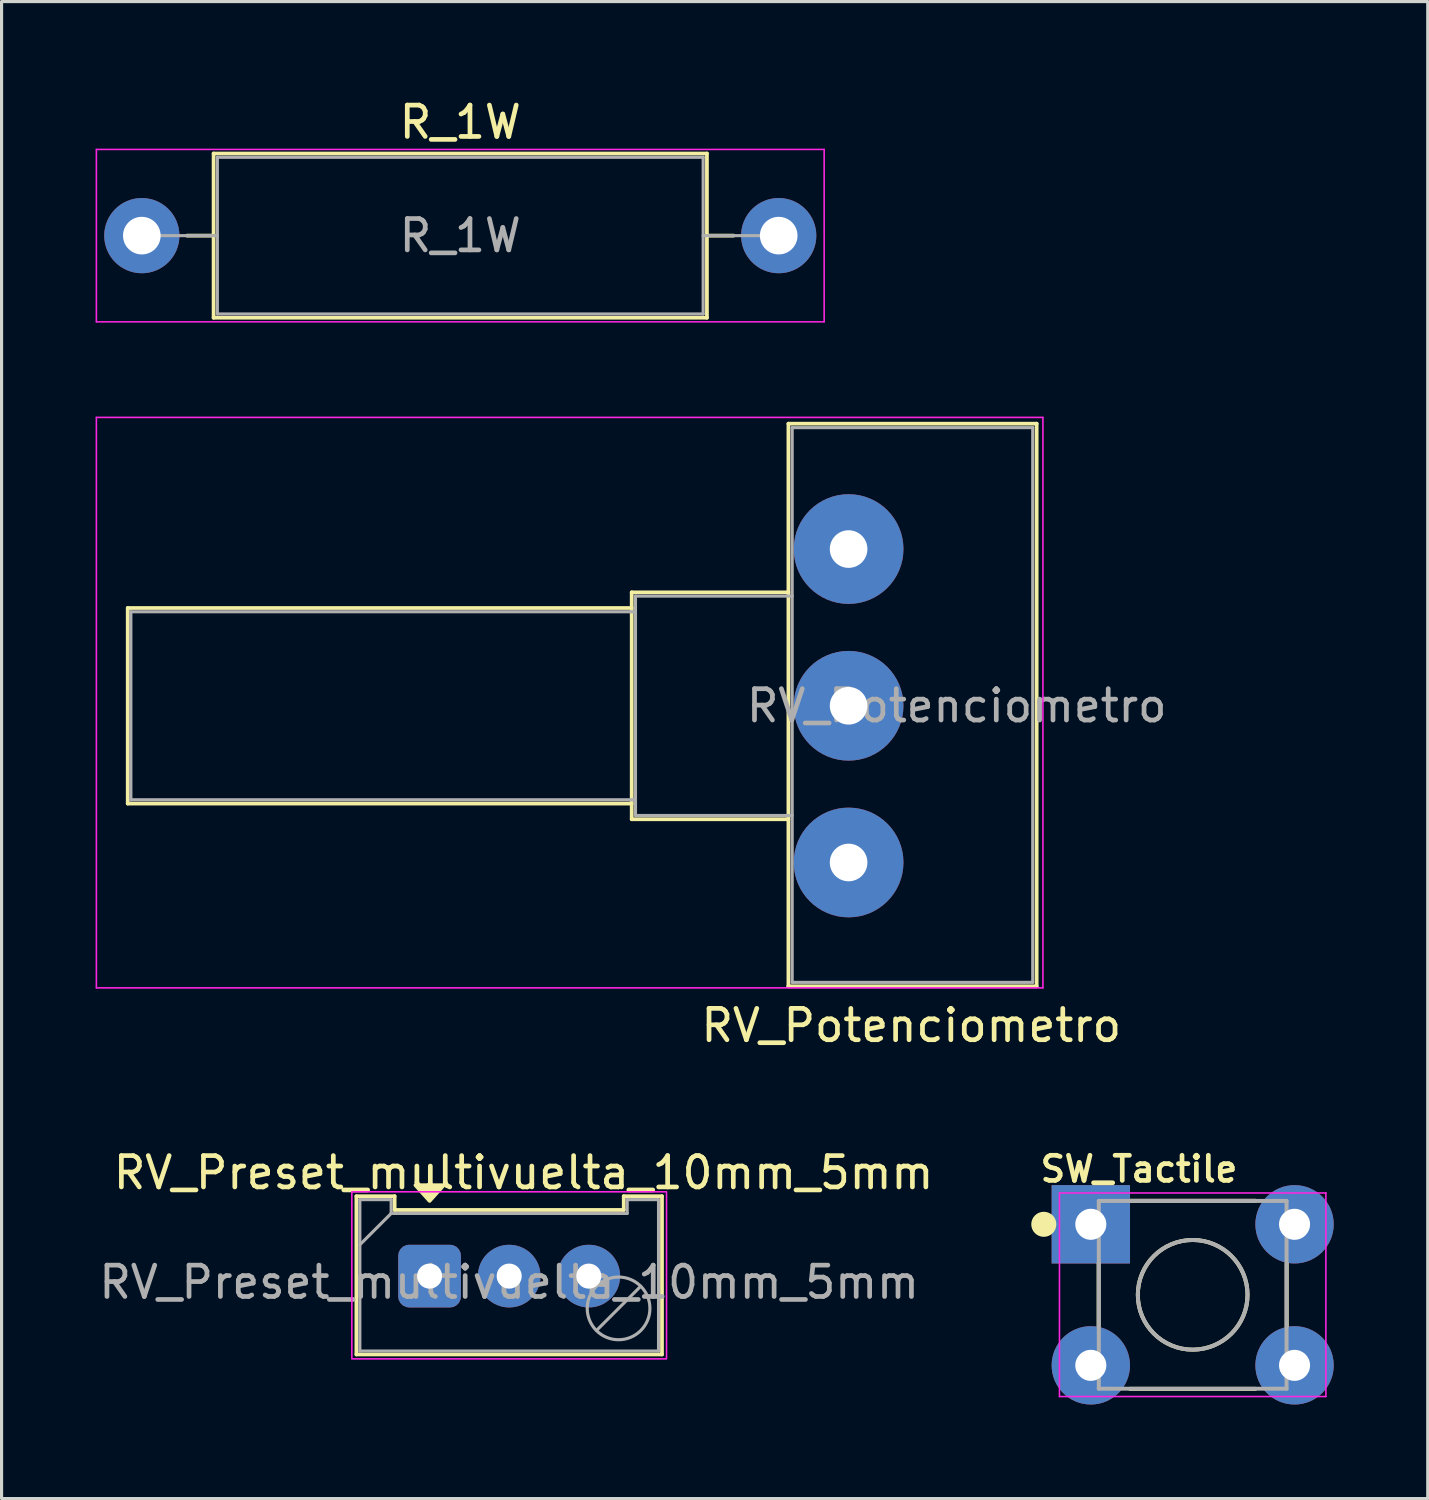
<source format=kicad_pcb>
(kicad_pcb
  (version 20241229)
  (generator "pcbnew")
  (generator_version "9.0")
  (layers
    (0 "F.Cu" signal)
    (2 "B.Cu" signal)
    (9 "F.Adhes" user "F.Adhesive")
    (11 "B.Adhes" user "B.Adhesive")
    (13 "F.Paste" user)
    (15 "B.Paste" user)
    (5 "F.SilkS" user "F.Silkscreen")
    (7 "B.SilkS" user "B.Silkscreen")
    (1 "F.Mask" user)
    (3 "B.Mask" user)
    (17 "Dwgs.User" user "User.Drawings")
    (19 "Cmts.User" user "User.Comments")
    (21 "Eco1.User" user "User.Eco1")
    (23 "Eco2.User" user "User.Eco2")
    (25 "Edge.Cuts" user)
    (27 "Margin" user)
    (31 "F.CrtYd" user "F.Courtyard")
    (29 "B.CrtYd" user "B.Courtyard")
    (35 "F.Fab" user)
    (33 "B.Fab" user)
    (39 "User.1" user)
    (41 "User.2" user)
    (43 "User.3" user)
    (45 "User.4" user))
  (footprint "R_1W"
    (layer "F.Cu")
    (at 1.475 4.468)
    (property "Reference" "R_1W" (at 10.16 -3.62 0) (layer "F.SilkS") (effects (font (size 1 1) (thickness 0.15))))
    (attr through_hole)
    (fp_line (start 1.44 0) (end 2.29 0) (stroke (width 0.12) (type solid)) (layer "F.SilkS"))
    (fp_line (start 2.29 -2.62) (end 2.29 2.62) (stroke (width 0.12) (type solid)) (layer "F.SilkS"))
    (fp_line (start 2.29 2.62) (end 18.03 2.62) (stroke (width 0.12) (type solid)) (layer "F.SilkS"))
    (fp_line (start 18.03 -2.62) (end 2.29 -2.62) (stroke (width 0.12) (type solid)) (layer "F.SilkS"))
    (fp_line (start 18.03 2.62) (end 18.03 -2.62) (stroke (width 0.12) (type solid)) (layer "F.SilkS"))
    (fp_line (start 18.88 0) (end 18.03 0) (stroke (width 0.12) (type solid)) (layer "F.SilkS"))
    (fp_line (start -1.45 -2.75) (end -1.45 2.75) (stroke (width 0.05) (type solid)) (layer "F.CrtYd"))
    (fp_line (start -1.45 2.75) (end 21.77 2.75) (stroke (width 0.05) (type solid)) (layer "F.CrtYd"))
    (fp_line (start 21.77 -2.75) (end -1.45 -2.75) (stroke (width 0.05) (type solid)) (layer "F.CrtYd"))
    (fp_line (start 21.77 2.75) (end 21.77 -2.75) (stroke (width 0.05) (type solid)) (layer "F.CrtYd"))
    (fp_line (start 0 0) (end 2.41 0) (stroke (width 0.1) (type solid)) (layer "F.Fab"))
    (fp_line (start 2.41 -2.5) (end 2.41 2.5) (stroke (width 0.1) (type solid)) (layer "F.Fab"))
    (fp_line (start 2.41 2.5) (end 17.91 2.5) (stroke (width 0.1) (type solid)) (layer "F.Fab"))
    (fp_line (start 17.91 -2.5) (end 2.41 -2.5) (stroke (width 0.1) (type solid)) (layer "F.Fab"))
    (fp_line (start 17.91 2.5) (end 17.91 -2.5) (stroke (width 0.1) (type solid)) (layer "F.Fab"))
    (fp_line (start 20.32 0) (end 17.91 0) (stroke (width 0.1) (type solid)) (layer "F.Fab"))
    (fp_text user "${REFERENCE}" (at 10.16 0 0) (layer "F.Fab") (effects (font (size 1 1) (thickness 0.15))))
    (pad "1" thru_hole circle (at 0 0) (size 2.4 2.4) (drill 1.2) (layers "*.Cu" "*.Mask"))
    (pad "2" thru_hole oval (at 20.32 0) (size 2.4 2.4) (drill 1.2) (layers "*.Cu" "*.Mask")))
  (footprint "RV_Potenciometro"
    (layer "F.Cu")
    (at 24.025 19.468)
    (property "Reference" "RV_Potenciometro" (at 2 10.2 180) (layer "F.SilkS") (effects (font (size 1 1) (thickness 0.15))))
    (attr through_hole)
    (fp_line (start -23 3.12) (end -23 -3.12) (stroke (width 0.12) (type solid)) (layer "F.SilkS"))
    (fp_line (start -6.92 -3.12) (end -23 -3.12) (stroke (width 0.12) (type solid)) (layer "F.SilkS"))
    (fp_line (start -6.92 3.12) (end -23 3.12) (stroke (width 0.12) (type solid)) (layer "F.SilkS"))
    (fp_line (start -6.92 3.62) (end -6.92 -3.62) (stroke (width 0.12) (type solid)) (layer "F.SilkS"))
    (fp_line (start -1.92 -3.62) (end -6.92 -3.62) (stroke (width 0.12) (type solid)) (layer "F.SilkS"))
    (fp_line (start -1.92 3.62) (end -6.92 3.62) (stroke (width 0.12) (type solid)) (layer "F.SilkS"))
    (fp_line (start -1.92 8.95) (end -1.92 -9) (stroke (width 0.12) (type solid)) (layer "F.SilkS"))
    (fp_line (start 6 -9) (end -1.92 -9) (stroke (width 0.12) (type solid)) (layer "F.SilkS"))
    (fp_line (start 6 8.95) (end -1.925 8.95) (stroke (width 0.12) (type solid)) (layer "F.SilkS"))
    (fp_line (start 6 8.95) (end 6 -9) (stroke (width 0.12) (type solid)) (layer "F.SilkS"))
    (fp_line (start -24 -9.2) (end -24 9) (stroke (width 0.05) (type solid)) (layer "F.CrtYd"))
    (fp_line (start -24 9) (end 6.2 9) (stroke (width 0.05) (type solid)) (layer "F.CrtYd"))
    (fp_line (start 6.2 -9.2) (end -24 -9.2) (stroke (width 0.05) (type solid)) (layer "F.CrtYd"))
    (fp_line (start 6.2 9) (end 6.2 -9.2) (stroke (width 0.05) (type solid)) (layer "F.CrtYd"))
    (fp_line (start -22.9 -3) (end -22.9 3) (stroke (width 0.1) (type solid)) (layer "F.Fab"))
    (fp_line (start -22.9 3) (end -6.8 3) (stroke (width 0.1) (type solid)) (layer "F.Fab"))
    (fp_line (start -6.8 -3.5) (end -6.8 3.5) (stroke (width 0.1) (type solid)) (layer "F.Fab"))
    (fp_line (start -6.8 -3) (end -22.9 -3) (stroke (width 0.1) (type solid)) (layer "F.Fab"))
    (fp_line (start -6.8 3.5) (end -1.8 3.5) (stroke (width 0.1) (type solid)) (layer "F.Fab"))
    (fp_line (start -1.8 -8.875) (end -1.8 8.825) (stroke (width 0.1) (type solid)) (layer "F.Fab"))
    (fp_line (start -1.8 -3.5) (end -6.8 -3.5) (stroke (width 0.1) (type solid)) (layer "F.Fab"))
    (fp_line (start -1.8 8.825) (end 5.875 8.825) (stroke (width 0.1) (type solid)) (layer "F.Fab"))
    (fp_line (start 5.875 -8.875) (end -1.8 -8.875) (stroke (width 0.1) (type solid)) (layer "F.Fab"))
    (fp_line (start 5.875 8.825) (end 5.875 -8.875) (stroke (width 0.1) (type solid)) (layer "F.Fab"))
    (fp_text user "${REFERENCE}" (at 3.45 -0.000001 180) (layer "F.Fab") (effects (font (size 1 1) (thickness 0.15))))
    (pad "1" thru_hole circle (at 0 5) (size 3.5 3.5) (drill 1.2) (layers "*.Cu" "*.Mask"))
    (pad "2" thru_hole circle (at 0 0 180) (size 3.5 3.5) (drill 1.2) (layers "*.Cu" "*.Mask"))
    (pad "3" thru_hole circle (at 0 -5 180) (size 3.5 3.5) (drill 1.2) (layers "*.Cu" "*.Mask")))
  (footprint "RV_Preset_multivuelta_10mm_5mm"
    (layer "F.Cu")
    (at 10.656 37.665)
    (property "Reference" "RV_Preset_multivuelta_10mm_5mm" (at 3 -3.3 0) (layer "F.SilkS") (effects (font (size 1 1) (thickness 0.15))))
    (attr through_hole)
    (fp_line (start -2.335 -2.55) (end -2.335 2.5) (stroke (width 0.12) (type default)) (layer "F.SilkS"))
    (fp_line (start -2.335 2.5) (end 7.415 2.5) (stroke (width 0.12) (type default)) (layer "F.SilkS"))
    (fp_line (start -1.115 -2.55) (end -2.335 -2.55) (stroke (width 0.12) (type default)) (layer "F.SilkS"))
    (fp_line (start -1.115 -2.55) (end -1.115 -2.11) (stroke (width 0.12) (type default)) (layer "F.SilkS"))
    (fp_line (start -1.115 -2.11) (end 6.195 -2.11) (stroke (width 0.12) (type default)) (layer "F.SilkS"))
    (fp_line (start 6.195 -2.55) (end 6.195 -2.11) (stroke (width 0.12) (type default)) (layer "F.SilkS"))
    (fp_line (start 6.195 -2.55) (end 7.415 -2.55) (stroke (width 0.12) (type default)) (layer "F.SilkS"))
    (fp_line (start 7.415 2.5) (end 7.415 -2.55) (stroke (width 0.12) (type default)) (layer "F.SilkS"))
    (fp_poly (pts (xy 0 -2.4) (xy 0.45 -2.9) (xy -0.45 -2.9)) (stroke (width 0.12) (type solid)) (fill yes) (layer "F.SilkS"))
    (fp_rect (start -2.48 -2.69) (end 7.56 2.64) (stroke (width 0.05) (type default)) (fill no) (layer "F.CrtYd"))
    (fp_line (start -2.225 2.39) (end -2.225 -2.44) (stroke (width 0.1) (type default)) (layer "F.Fab"))
    (fp_line (start -2.225 2.39) (end 7.305 2.39) (stroke (width 0.1) (type default)) (layer "F.Fab"))
    (fp_line (start -1.225 -2.44) (end -2.225 -2.44) (stroke (width 0.1) (type default)) (layer "F.Fab"))
    (fp_line (start -1.225 -2) (end -2.225 -1) (stroke (width 0.1) (type default)) (layer "F.Fab"))
    (fp_line (start -1.225 -2) (end -1.225 -2.44) (stroke (width 0.1) (type default)) (layer "F.Fab"))
    (fp_line (start -1.225 -2) (end 6.305 -2) (stroke (width 0.1) (type default)) (layer "F.Fab"))
    (fp_line (start 5.334 1.726) (end 6.736 0.324) (stroke (width 0.1) (type default)) (layer "F.Fab"))
    (fp_line (start 6.305 -2.44) (end 7.305 -2.44) (stroke (width 0.1) (type default)) (layer "F.Fab"))
    (fp_line (start 6.305 -2) (end 6.305 -2.44) (stroke (width 0.1) (type default)) (layer "F.Fab"))
    (fp_line (start 7.305 2.39) (end 7.305 -2.44) (stroke (width 0.1) (type default)) (layer "F.Fab"))
    (fp_circle (center 6.03 1.03) (end 7.03 1.03) (stroke (width 0.1) (type default)) (fill no) (layer "F.Fab"))
    (fp_text user "${REFERENCE}" (at 2.54 0.195 0) (layer "F.Fab") (effects (font (size 1 1) (thickness 0.15))))
    (pad "1" thru_hole roundrect (at 0 0 90) (size 2 2) (drill 0.8) (layers "*.Cu" "*.Mask") (roundrect_rratio 0.174))
    (pad "2" thru_hole circle (at 2.54 0) (size 2 2) (drill 0.8) (layers "*.Cu" "*.Mask"))
    (pad "3" thru_hole circle (at 5.08 0 90) (size 2 2) (drill 0.8) (layers "*.Cu" "*.Mask")))
  (footprint "SW_Tactile"
    (layer "F.Cu")
    (at 35.003 38.262)
    (property "Reference" "SW_Tactile" (at -1.713 -4.014 0) (layer "F.SilkS") (effects (font (size 0.801 0.801) (thickness 0.15))))
    (attr through_hole)
    (fp_line (start -3 -1) (end -3 1) (stroke (width 0.127) (type solid)) (layer "F.SilkS"))
    (fp_line (start -2 -3) (end 2 -3) (stroke (width 0.127) (type solid)) (layer "F.SilkS"))
    (fp_line (start -2 3) (end 2 3) (stroke (width 0.127) (type solid)) (layer "F.SilkS"))
    (fp_line (start 3 -1) (end 3 1) (stroke (width 0.127) (type solid)) (layer "F.SilkS"))
    (fp_circle (center -4.75 -2.25) (end -4.55 -2.25) (stroke (width 0.4) (type solid)) (fill no) (layer "F.SilkS"))
    (fp_circle (center 0 0) (end 1.75 0) (stroke (width 0.127) (type solid)) (fill no) (layer "F.SilkS"))
    (fp_line (start -4.25 -3.25) (end 4.25 -3.25) (stroke (width 0.05) (type solid)) (layer "F.CrtYd"))
    (fp_line (start -4.25 3.245) (end -4.25 -3.25) (stroke (width 0.05) (type solid)) (layer "F.CrtYd"))
    (fp_line (start 4.25 -3.25) (end 4.25 3.245) (stroke (width 0.05) (type solid)) (layer "F.CrtYd"))
    (fp_line (start 4.25 3.245) (end -4.25 3.245) (stroke (width 0.05) (type solid)) (layer "F.CrtYd"))
    (fp_line (start -2.995 -2.995) (end -2.995 2.995) (stroke (width 0.127) (type solid)) (layer "F.Fab"))
    (fp_line (start -2.995 2.995) (end 2.995 2.995) (stroke (width 0.127) (type solid)) (layer "F.Fab"))
    (fp_line (start 2.995 -2.995) (end -2.995 -2.995) (stroke (width 0.127) (type solid)) (layer "F.Fab"))
    (fp_line (start 2.995 2.995) (end 2.995 -2.995) (stroke (width 0.127) (type solid)) (layer "F.Fab"))
    (fp_circle (center -3.25 -2.25) (end -3.05 -2.25) (stroke (width 0.4) (type solid)) (fill no) (layer "F.Fab"))
    (fp_circle (center 0 0) (end 1.75 0) (stroke (width 0.127) (type solid)) (fill no) (layer "F.Fab"))
    (pad "1" thru_hole rect (at -3.25 -2.25) (size 2.5 2.5) (drill 0.99) (layers "*.Cu" "*.Mask"))
    (pad "2" thru_hole circle (at -3.25 2.25) (size 2.5 2.5) (drill 0.99) (layers "*.Cu" "*.Mask"))
    (pad "3" thru_hole circle (at 3.25 -2.25) (size 2.5 2.5) (drill 0.99) (layers "*.Cu" "*.Mask"))
    (pad "4" thru_hole circle (at 3.25 2.25) (size 2.5 2.5) (drill 0.99) (layers "*.Cu" "*.Mask")))
  (gr_rect
    (start -3 -3)
    (end 42.503 44.762)
    (stroke (width 0.1) (type default))
    (fill no)
    (layer "Edge.Cuts")))
</source>
